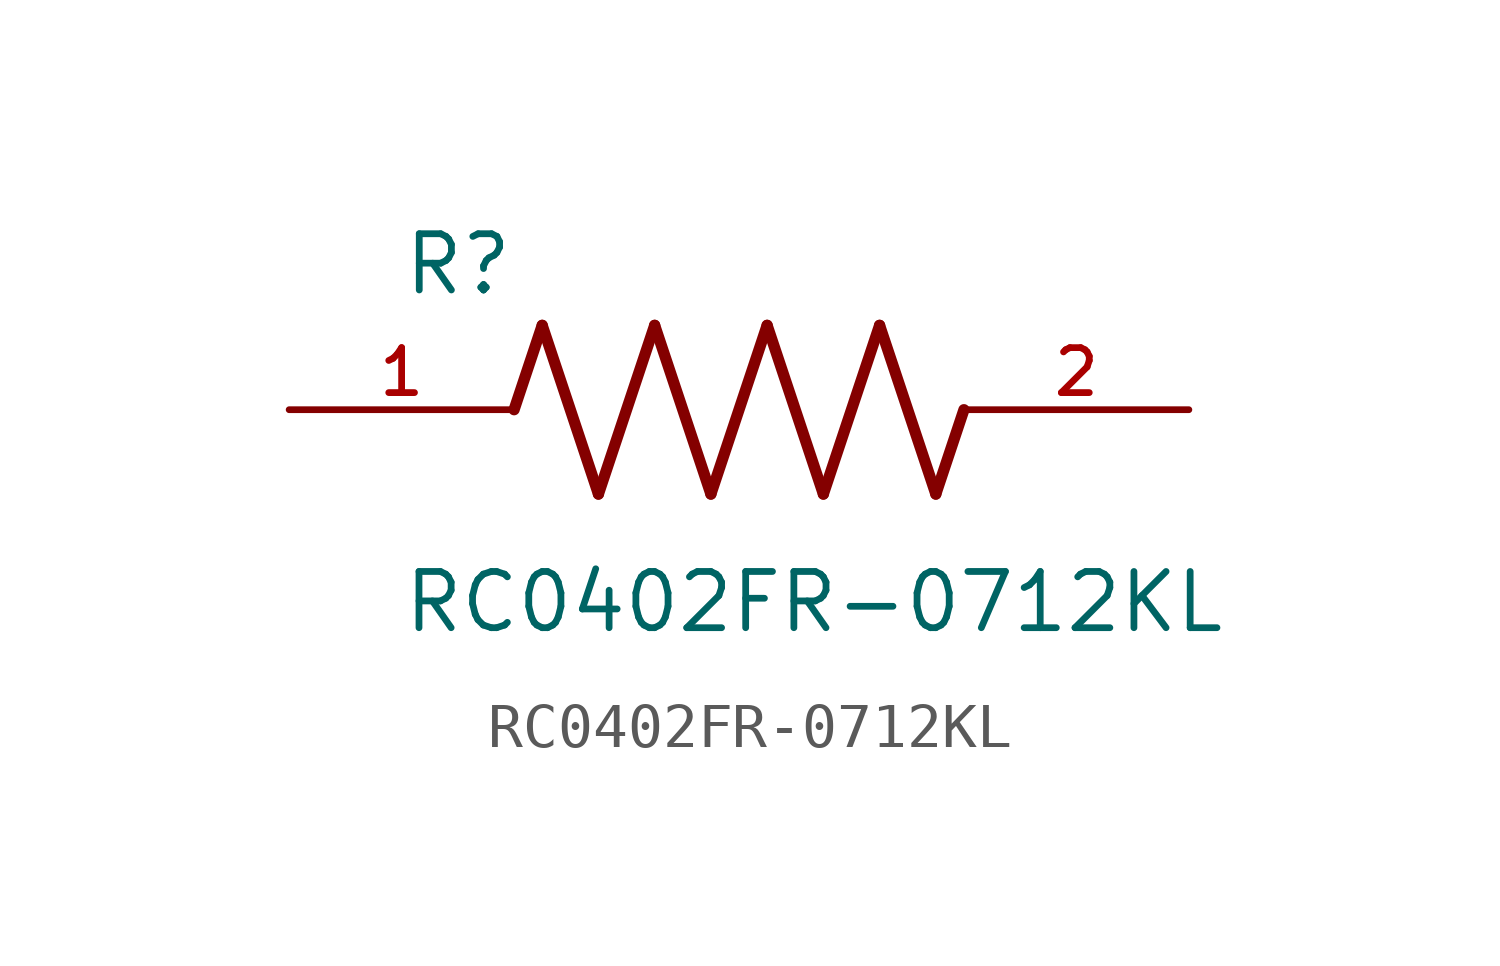
<source format=kicad_sym>
(kicad_symbol_lib
  (version 20211014)
  (generator kicad_symbol_editor)
  (symbol "RC0402FR-0712KL"
    (pin_names
      (offset 1.016))
    (property "Reference" "R"
      (at -7.624 2.541 0)
      (effects (font (size 1.27 1.27)) (justify bottom left)))
    (property "Value" "RC0402FR-0712KL"
      (at -7.63 -5.087 0)
      (effects (font (size 1.27 1.27)) (justify bottom left)))
    (symbol "RC0402FR-0712KL_0_0"
      (polyline (pts (xy -5.08 0.0) (xy -4.445 1.905)) (stroke (width 0.254)))
      (polyline (pts (xy -4.445 1.905) (xy -3.175 -1.905)) (stroke (width 0.254)))
      (polyline (pts (xy -3.175 -1.905) (xy -1.905 1.905)) (stroke (width 0.254)))
      (polyline (pts (xy -1.905 1.905) (xy -0.635 -1.905)) (stroke (width 0.254)))
      (polyline (pts (xy -0.635 -1.905) (xy 0.635 1.905)) (stroke (width 0.254)))
      (polyline (pts (xy 0.635 1.905) (xy 1.905 -1.905)) (stroke (width 0.254)))
      (polyline (pts (xy 1.905 -1.905) (xy 3.175 1.905)) (stroke (width 0.254)))
      (polyline (pts (xy 3.175 1.905) (xy 4.445 -1.905)) (stroke (width 0.254)))
      (polyline (pts (xy 4.445 -1.905) (xy 5.08 0.0)) (stroke (width 0.254)))
      (pin passive line (at -10.16 0.0 0) (length 5.08) (name "~" (effects (font (size 1.016 1.016)))) (number "1" (effects (font (size 1.016 1.016)))))
      (pin passive line (at 10.16 0.0 180.0) (length 5.08) (name "~" (effects (font (size 1.016 1.016)))) (number "2" (effects (font (size 1.016 1.016))))))))
</source>
